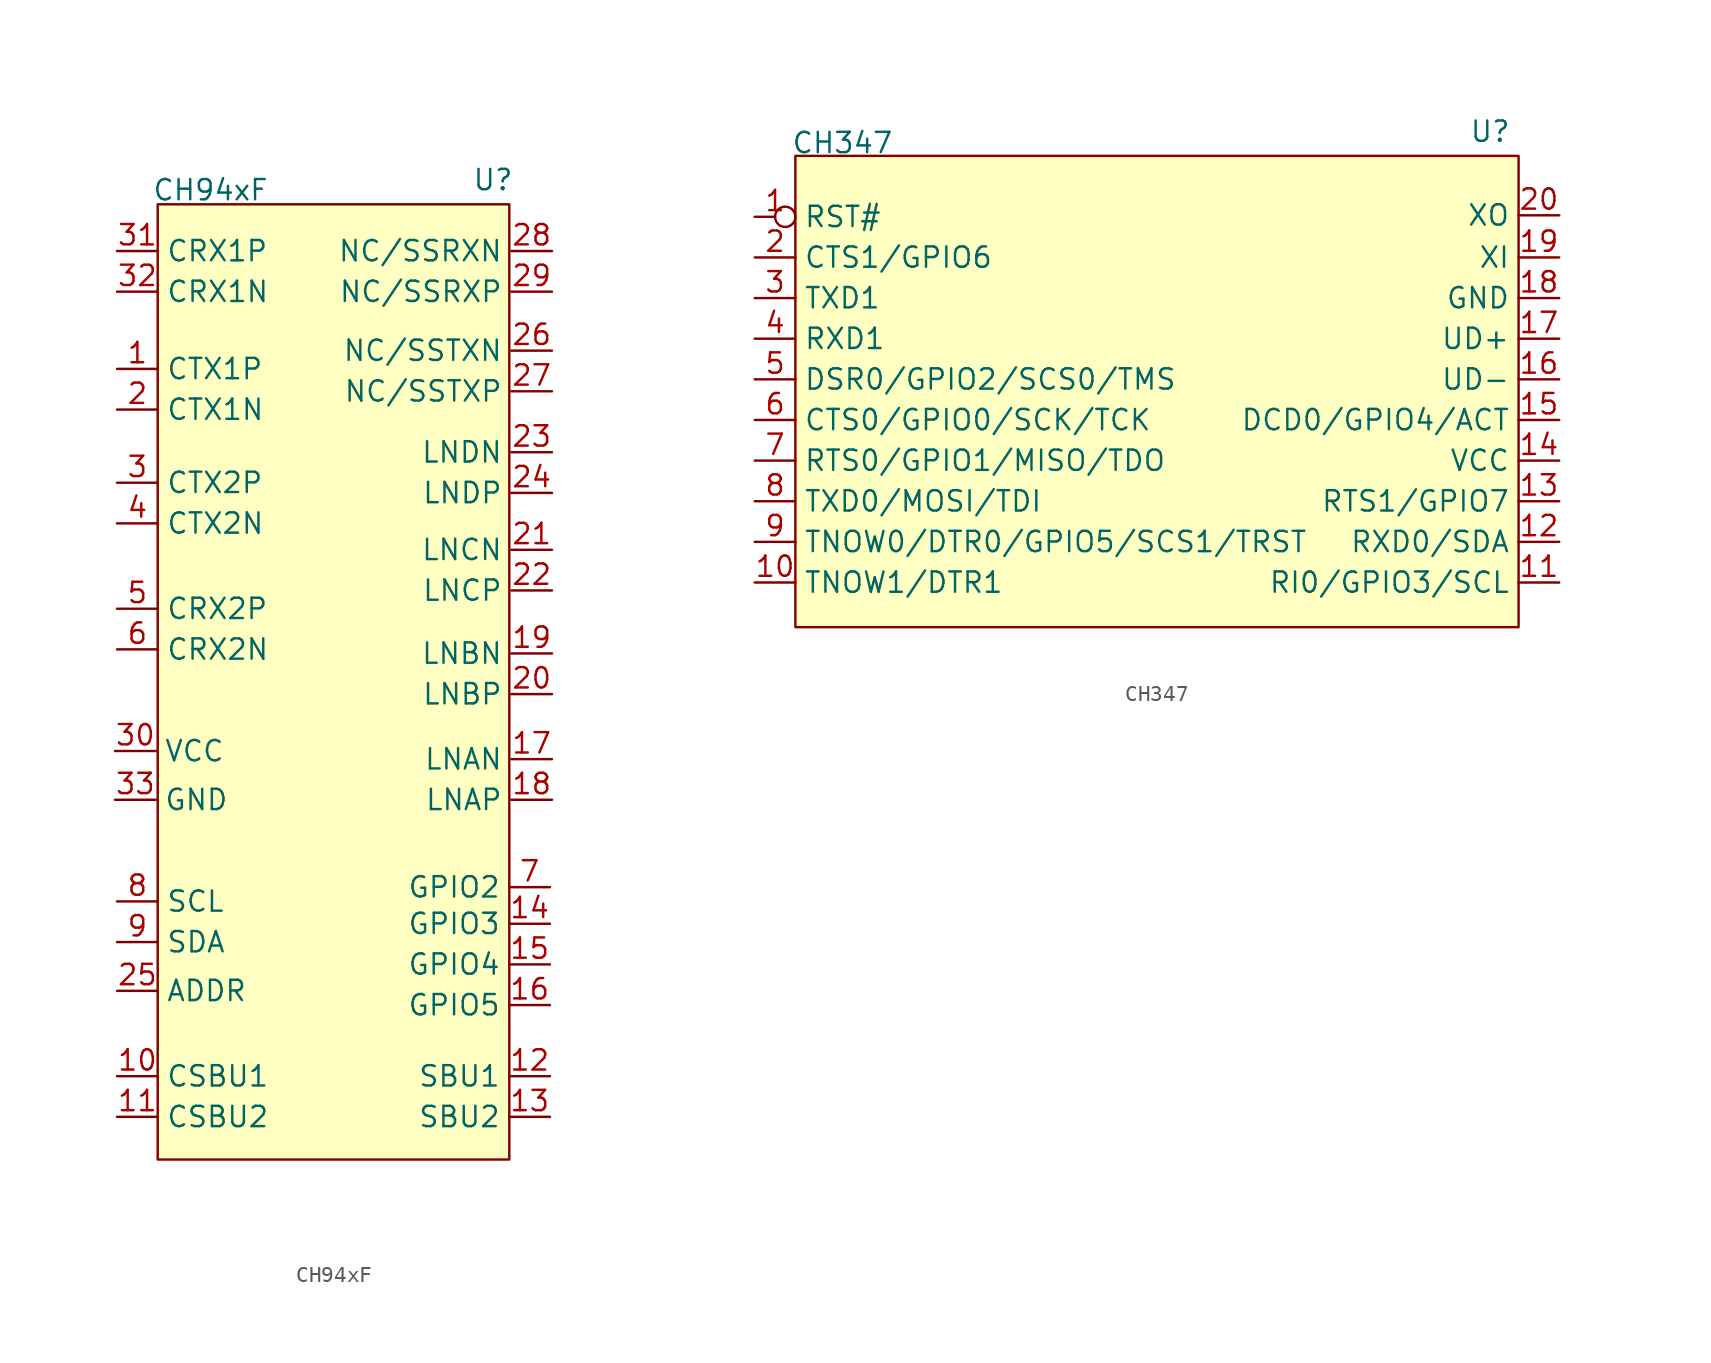
<source format=kicad_sym>
(kicad_symbol_lib
  (version 20220914)
  (generator kicad_symbol_editor)
  (symbol "CH94xF"
    (property "Reference" "U"
      (at 23.495 4.445 0)
      (effects (font (size 1.27 1.27))))
    (property "Value" "CH94xF"
      (at 5.842 3.81 0)
      (effects (font (size 1.27 1.27))))
    (symbol "CH94xF_0_0"
      (pin output line (at 0 -7.366 0) (length 2.54) (name "CTX1P" (effects (font (size 1.27 1.27)))) (number "1" (effects (font (size 1.27 1.27)))))
      (pin bidirectional line (at 0 -51.562 0) (length 2.54) (name "CSBU1" (effects (font (size 1.27 1.27)))) (number "10" (effects (font (size 1.27 1.27)))))
      (pin bidirectional line (at 0 -54.102 0) (length 2.54) (name "CSBU2" (effects (font (size 1.27 1.27)))) (number "11" (effects (font (size 1.27 1.27)))))
      (pin bidirectional line (at 27.051 -51.562 180) (length 2.54) (name "SBU1" (effects (font (size 1.27 1.27)))) (number "12" (effects (font (size 1.27 1.27)))))
      (pin bidirectional line (at 27.051 -54.102 180) (length 2.54) (name "SBU2" (effects (font (size 1.27 1.27)))) (number "13" (effects (font (size 1.27 1.27)))))
      (pin bidirectional line (at 27.051 -42.037 180) (length 2.54) (name "GPIO3" (effects (font (size 1.27 1.27)))) (number "14" (effects (font (size 1.27 1.27)))))
      (pin bidirectional line (at 27.051 -44.577 180) (length 2.54) (name "GPIO4" (effects (font (size 1.27 1.27)))) (number "15" (effects (font (size 1.27 1.27)))))
      (pin bidirectional line (at 27.051 -47.117 180) (length 2.54) (name "GPIO5" (effects (font (size 1.27 1.27)))) (number "16" (effects (font (size 1.27 1.27)))))
      (pin output line (at 27.178 -31.75 180) (length 2.54) (name "LNAN" (effects (font (size 1.27 1.27)))) (number "17" (effects (font (size 1.27 1.27)))))
      (pin output line (at 27.178 -34.29 180) (length 2.54) (name "LNAP" (effects (font (size 1.27 1.27)))) (number "18" (effects (font (size 1.27 1.27)))))
      (pin output line (at 27.178 -25.146 180) (length 2.54) (name "LNBN" (effects (font (size 1.27 1.27)))) (number "19" (effects (font (size 1.27 1.27)))))
      (pin output line (at 0 -9.906 0) (length 2.54) (name "CTX1N" (effects (font (size 1.27 1.27)))) (number "2" (effects (font (size 1.27 1.27)))))
      (pin output line (at 27.178 -27.686 180) (length 2.54) (name "LNBP" (effects (font (size 1.27 1.27)))) (number "20" (effects (font (size 1.27 1.27)))))
      (pin output line (at 27.178 -18.669 180) (length 2.54) (name "LNCN" (effects (font (size 1.27 1.27)))) (number "21" (effects (font (size 1.27 1.27)))))
      (pin output line (at 27.178 -21.209 180) (length 2.54) (name "LNCP" (effects (font (size 1.27 1.27)))) (number "22" (effects (font (size 1.27 1.27)))))
      (pin output line (at 27.178 -12.573 180) (length 2.54) (name "LNDN" (effects (font (size 1.27 1.27)))) (number "23" (effects (font (size 1.27 1.27)))))
      (pin output line (at 27.178 -15.113 180) (length 2.54) (name "LNDP" (effects (font (size 1.27 1.27)))) (number "24" (effects (font (size 1.27 1.27)))))
      (pin input line (at 0 -46.228 0) (length 2.54) (name "ADDR" (effects (font (size 1.27 1.27)))) (number "25" (effects (font (size 1.27 1.27)))))
      (pin output line (at 27.178 -6.223 180) (length 2.54) (name "NC/SSTXN" (effects (font (size 1.27 1.27)))) (number "26" (effects (font (size 1.27 1.27)))))
      (pin output line (at 27.178 -8.763 180) (length 2.54) (name "NC/SSTXP" (effects (font (size 1.27 1.27)))) (number "27" (effects (font (size 1.27 1.27)))))
      (pin input line (at 27.178 0 180) (length 2.54) (name "NC/SSRXN" (effects (font (size 1.27 1.27)))) (number "28" (effects (font (size 1.27 1.27)))))
      (pin input line (at 27.178 -2.54 180) (length 2.54) (name "NC/SSRXP" (effects (font (size 1.27 1.27)))) (number "29" (effects (font (size 1.27 1.27)))))
      (pin output line (at 0 -14.478 0) (length 2.54) (name "CTX2P" (effects (font (size 1.27 1.27)))) (number "3" (effects (font (size 1.27 1.27)))))
      (pin power_in line (at -0.127 -31.242 0) (length 2.54) (name "VCC" (effects (font (size 1.27 1.27)))) (number "30" (effects (font (size 1.27 1.27)))))
      (pin input line (at 0 0 0) (length 2.54) (name "CRX1P" (effects (font (size 1.27 1.27)))) (number "31" (effects (font (size 1.27 1.27)))))
      (pin input line (at 0 -2.54 0) (length 2.54) (name "CRX1N" (effects (font (size 1.27 1.27)))) (number "32" (effects (font (size 1.27 1.27)))))
      (pin power_out line (at -0.127 -34.29 0) (length 2.54) (name "GND" (effects (font (size 1.27 1.27)))) (number "33" (effects (font (size 1.27 1.27)))))
      (pin output line (at 0 -17.018 0) (length 2.54) (name "CTX2N" (effects (font (size 1.27 1.27)))) (number "4" (effects (font (size 1.27 1.27)))))
      (pin input line (at 0 -22.352 0) (length 2.54) (name "CRX2P" (effects (font (size 1.27 1.27)))) (number "5" (effects (font (size 1.27 1.27)))))
      (pin output line (at 0 -24.892 0) (length 2.54) (name "CRX2N" (effects (font (size 1.27 1.27)))) (number "6" (effects (font (size 1.27 1.27)))))
      (pin bidirectional line (at 27.051 -39.751 180) (length 2.54) (name "GPIO2" (effects (font (size 1.27 1.27)))) (number "7" (effects (font (size 1.27 1.27)))))
      (pin input line (at 0 -40.64 0) (length 2.54) (name "SCL" (effects (font (size 1.27 1.27)))) (number "8" (effects (font (size 1.27 1.27)))))
      (pin bidirectional line (at 0 -43.18 0) (length 2.54) (name "SDA" (effects (font (size 1.27 1.27)))) (number "9" (effects (font (size 1.27 1.27))))))
    (symbol "CH94xF_0_1"
      (rectangle (start 2.54 2.921) (end 24.511 -56.769) (stroke (width 0) (type default)) (fill (type background)))))
  (symbol "CH347"
    (property "Reference" "U"
      (at 43.434 1.524 0)
      (effects (font (size 1.27 1.27))))
    (property "Value" "CH347"
      (at 2.946 0.813 0)
      (effects (font (size 1.27 1.27))))
    (symbol "CH347_0_0"
      (pin output inverted (at -2.54 -3.81 0) (length 2.54) (name "RST#" (effects (font (size 1.27 1.27)))) (number "1" (effects (font (size 1.27 1.27)))))
      (pin output line (at -2.54 -26.67 0) (length 2.54) (name "TNOW1/DTR1" (effects (font (size 1.27 1.27)))) (number "10" (effects (font (size 1.27 1.27)))))
      (pin output line (at 47.752 -26.67 180) (length 2.54) (name "RI0/GPIO3/SCL" (effects (font (size 1.27 1.27)))) (number "11" (effects (font (size 1.27 1.27)))))
      (pin bidirectional line (at 47.752 -24.13 180) (length 2.54) (name "RXD0/SDA" (effects (font (size 1.27 1.27)))) (number "12" (effects (font (size 1.27 1.27)))))
      (pin bidirectional line (at 47.752 -21.59 180) (length 2.54) (name "RTS1/GPIO7" (effects (font (size 1.27 1.27)))) (number "13" (effects (font (size 1.27 1.27)))))
      (pin power_in line (at 47.752 -19.05 180) (length 2.54) (name "VCC" (effects (font (size 1.27 1.27)))) (number "14" (effects (font (size 1.27 1.27)))))
      (pin output line (at 47.752 -16.51 180) (length 2.54) (name "DCD0/GPIO4/ACT" (effects (font (size 1.27 1.27)))) (number "15" (effects (font (size 1.27 1.27)))))
      (pin bidirectional line (at 47.752 -13.97 180) (length 2.54) (name "UD-" (effects (font (size 1.27 1.27)))) (number "16" (effects (font (size 1.27 1.27)))))
      (pin bidirectional line (at 47.752 -11.43 180) (length 2.54) (name "UD+" (effects (font (size 1.27 1.27)))) (number "17" (effects (font (size 1.27 1.27)))))
      (pin power_out line (at 47.752 -8.89 180) (length 2.54) (name "GND" (effects (font (size 1.27 1.27)))) (number "18" (effects (font (size 1.27 1.27)))))
      (pin output line (at 47.752 -6.35 180) (length 2.54) (name "XI" (effects (font (size 1.27 1.27)))) (number "19" (effects (font (size 1.27 1.27)))))
      (pin bidirectional line (at -2.54 -6.35 0) (length 2.54) (name "CTS1/GPIO6" (effects (font (size 1.27 1.27)))) (number "2" (effects (font (size 1.27 1.27)))))
      (pin input line (at 47.755 -3.715 180) (length 2.54) (name "XO" (effects (font (size 1.27 1.27)))) (number "20" (effects (font (size 1.27 1.27)))))
      (pin output line (at -2.54 -8.89 0) (length 2.54) (name "TXD1" (effects (font (size 1.27 1.27)))) (number "3" (effects (font (size 1.27 1.27)))))
      (pin input line (at -2.54 -11.43 0) (length 2.54) (name "RXD1" (effects (font (size 1.27 1.27)))) (number "4" (effects (font (size 1.27 1.27)))))
      (pin output line (at -2.54 -13.97 0) (length 2.54) (name "DSR0/GPIO2/SCS0/TMS" (effects (font (size 1.27 1.27)))) (number "5" (effects (font (size 1.27 1.27)))))
      (pin output line (at -2.54 -16.51 0) (length 2.54) (name "CTS0/GPIO0/SCK/TCK" (effects (font (size 1.27 1.27)))) (number "6" (effects (font (size 1.27 1.27)))))
      (pin output line (at -2.54 -19.05 0) (length 2.54) (name "RTS0/GPIO1/MISO/TDO" (effects (font (size 1.27 1.27)))) (number "7" (effects (font (size 1.27 1.27)))))
      (pin bidirectional line (at -2.54 -21.59 0) (length 2.54) (name "TXD0/MOSI/TDI" (effects (font (size 1.27 1.27)))) (number "8" (effects (font (size 1.27 1.27)))))
      (pin bidirectional line (at -2.54 -24.13 0) (length 2.54) (name "TNOW0/DTR0/GPIO5/SCS1/TRST" (effects (font (size 1.27 1.27)))) (number "9" (effects (font (size 1.27 1.27))))))
    (symbol "CH347_0_1"
      (rectangle (start 0 0) (end 45.212 -29.464) (stroke (width 0) (type default)) (fill (type background))))))
</source>
